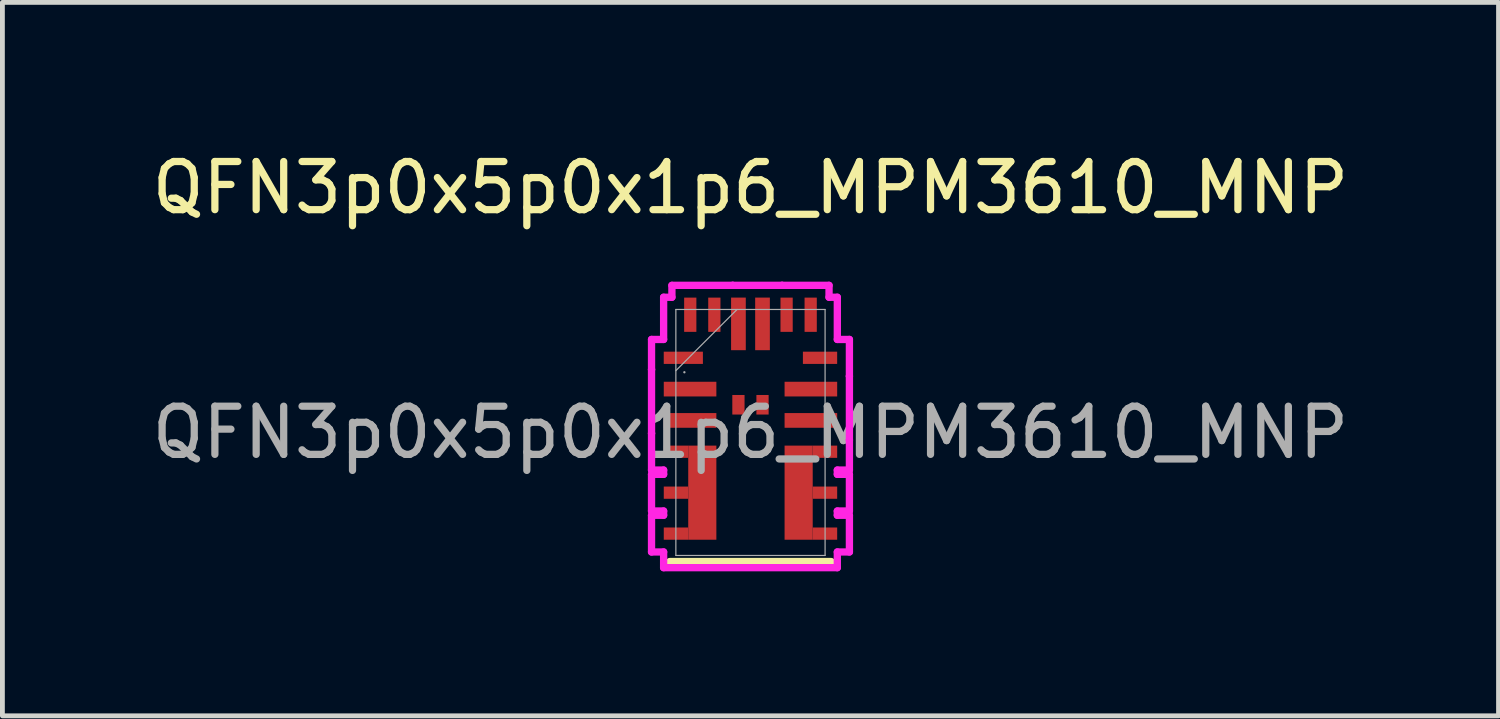
<source format=kicad_pcb>
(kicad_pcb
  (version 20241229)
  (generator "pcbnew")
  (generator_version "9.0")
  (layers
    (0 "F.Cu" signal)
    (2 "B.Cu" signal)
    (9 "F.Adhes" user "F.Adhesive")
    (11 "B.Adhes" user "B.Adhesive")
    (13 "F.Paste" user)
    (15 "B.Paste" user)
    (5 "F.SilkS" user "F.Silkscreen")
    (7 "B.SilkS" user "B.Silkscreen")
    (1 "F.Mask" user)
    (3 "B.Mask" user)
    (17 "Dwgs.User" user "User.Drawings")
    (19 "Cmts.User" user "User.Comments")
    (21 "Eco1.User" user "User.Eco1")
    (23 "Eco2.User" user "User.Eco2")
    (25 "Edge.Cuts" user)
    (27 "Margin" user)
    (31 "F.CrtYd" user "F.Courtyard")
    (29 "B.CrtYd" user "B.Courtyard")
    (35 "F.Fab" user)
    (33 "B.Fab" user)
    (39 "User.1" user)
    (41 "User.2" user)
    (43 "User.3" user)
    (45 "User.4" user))
  (footprint "QFN3p0x5p0x1p6_MPM3610_MNP"
    (layer "F.Cu")
    (at 12.53 5.928)
    (property "Reference" "QFN3p0x5p0x1p6_MPM3610_MNP" (at 0 -5.08 0) (unlocked yes) (layer "F.SilkS") (effects (font (size 1 1) (thickness 0.15))))
    (attr smd)
    (fp_poly (pts (xy -1.292 0.273) (xy -0.708 0.273) (xy -0.708 2.227) (xy -1.292 2.227)) (stroke (width 0) (type solid)) (fill yes) (layer "F.Cu"))
    (fp_poly (pts (xy 0.708 0.273) (xy 1.292 0.273) (xy 1.292 2.227) (xy 0.708 2.227)) (stroke (width 0) (type solid)) (fill yes) (layer "F.Cu"))
    (fp_poly (pts (xy -1.292 0.273) (xy -0.708 0.273) (xy -0.708 2.227) (xy -1.292 2.227)) (stroke (width 0) (type solid)) (fill yes) (layer "F.Mask"))
    (fp_poly (pts (xy 1.292 2.227) (xy 0.708 2.227) (xy 0.708 0.273) (xy 1.292 0.273)) (stroke (width 0) (type solid)) (fill yes) (layer "F.Mask"))
    (fp_line (start 1.676 2.68) (end -1.676 2.68) (stroke (width 0.152) (type solid)) (layer "F.SilkS"))
    (fp_poly (pts (xy -1.292 0.273) (xy -0.708 0.273) (xy -0.708 2.227) (xy -1.292 2.227)) (stroke (width 0) (type solid)) (fill yes) (layer "F.Paste"))
    (fp_poly (pts (xy 1.292 2.227) (xy 0.708 2.227) (xy 0.708 0.273) (xy 1.292 0.273)) (stroke (width 0) (type solid)) (fill yes) (layer "F.Paste"))
    (fp_line (start -2.054 -1.931) (end -2.054 -1.306) (stroke (width 0.152) (type solid)) (layer "F.CrtYd"))
    (fp_line (start -2.054 -1.306) (end -2.054 -1.306) (stroke (width 0.152) (type solid)) (layer "F.CrtYd"))
    (fp_line (start -2.054 -1.306) (end -2.054 0.019) (stroke (width 0.152) (type solid)) (layer "F.CrtYd"))
    (fp_line (start -2.054 0.019) (end -2.054 0.019) (stroke (width 0.152) (type solid)) (layer "F.CrtYd"))
    (fp_line (start -2.054 0.019) (end -2.054 0.781) (stroke (width 0.152) (type solid)) (layer "F.CrtYd"))
    (fp_line (start -2.054 0.781) (end -1.803 0.781) (stroke (width 0.152) (type solid)) (layer "F.CrtYd"))
    (fp_line (start -2.054 0.869) (end -2.054 1.631) (stroke (width 0.152) (type solid)) (layer "F.CrtYd"))
    (fp_line (start -2.054 1.631) (end -1.803 1.631) (stroke (width 0.152) (type solid)) (layer "F.CrtYd"))
    (fp_line (start -2.054 1.719) (end -2.054 2.481) (stroke (width 0.152) (type solid)) (layer "F.CrtYd"))
    (fp_line (start -2.054 2.481) (end -1.803 2.481) (stroke (width 0.152) (type solid)) (layer "F.CrtYd"))
    (fp_line (start -1.803 -2.807) (end -1.803 -1.931) (stroke (width 0.152) (type solid)) (layer "F.CrtYd"))
    (fp_line (start -1.803 -1.931) (end -2.054 -1.931) (stroke (width 0.152) (type solid)) (layer "F.CrtYd"))
    (fp_line (start -1.803 0.781) (end -1.803 0.869) (stroke (width 0.152) (type solid)) (layer "F.CrtYd"))
    (fp_line (start -1.803 0.869) (end -2.054 0.869) (stroke (width 0.152) (type solid)) (layer "F.CrtYd"))
    (fp_line (start -1.803 1.631) (end -1.803 1.719) (stroke (width 0.152) (type solid)) (layer "F.CrtYd"))
    (fp_line (start -1.803 1.719) (end -2.054 1.719) (stroke (width 0.152) (type solid)) (layer "F.CrtYd"))
    (fp_line (start -1.803 2.481) (end -1.803 2.807) (stroke (width 0.152) (type solid)) (layer "F.CrtYd"))
    (fp_line (start -1.803 2.807) (end 1.803 2.807) (stroke (width 0.152) (type solid)) (layer "F.CrtYd"))
    (fp_line (start -1.631 -3.054) (end -1.631 -2.807) (stroke (width 0.152) (type solid)) (layer "F.CrtYd"))
    (fp_line (start -1.631 -2.807) (end -1.803 -2.807) (stroke (width 0.152) (type solid)) (layer "F.CrtYd"))
    (fp_line (start -0.369 -3.054) (end -0.369 -3.054) (stroke (width 0.152) (type solid)) (layer "F.CrtYd"))
    (fp_line (start -0.369 -3.054) (end -1.631 -3.054) (stroke (width 0.152) (type solid)) (layer "F.CrtYd"))
    (fp_line (start 0.656 -3.054) (end -0.369 -3.054) (stroke (width 0.152) (type solid)) (layer "F.CrtYd"))
    (fp_line (start 0.656 -3.054) (end 0.656 -3.054) (stroke (width 0.152) (type solid)) (layer "F.CrtYd"))
    (fp_line (start 1.631 -3.054) (end 0.656 -3.054) (stroke (width 0.152) (type solid)) (layer "F.CrtYd"))
    (fp_line (start 1.631 -2.807) (end 1.631 -3.054) (stroke (width 0.152) (type solid)) (layer "F.CrtYd"))
    (fp_line (start 1.803 -2.807) (end 1.631 -2.807) (stroke (width 0.152) (type solid)) (layer "F.CrtYd"))
    (fp_line (start 1.803 -1.931) (end 1.803 -2.807) (stroke (width 0.152) (type solid)) (layer "F.CrtYd"))
    (fp_line (start 1.803 0.781) (end 2.054 0.781) (stroke (width 0.152) (type solid)) (layer "F.CrtYd"))
    (fp_line (start 1.803 0.869) (end 1.803 0.781) (stroke (width 0.152) (type solid)) (layer "F.CrtYd"))
    (fp_line (start 1.803 1.631) (end 2.054 1.631) (stroke (width 0.152) (type solid)) (layer "F.CrtYd"))
    (fp_line (start 1.803 1.719) (end 1.803 1.631) (stroke (width 0.152) (type solid)) (layer "F.CrtYd"))
    (fp_line (start 1.803 2.481) (end 2.054 2.481) (stroke (width 0.152) (type solid)) (layer "F.CrtYd"))
    (fp_line (start 1.803 2.807) (end 1.803 2.481) (stroke (width 0.152) (type solid)) (layer "F.CrtYd"))
    (fp_line (start 2.054 -1.931) (end 1.803 -1.931) (stroke (width 0.152) (type solid)) (layer "F.CrtYd"))
    (fp_line (start 2.054 -1.169) (end 2.054 -1.931) (stroke (width 0.152) (type solid)) (layer "F.CrtYd"))
    (fp_line (start 2.054 0.156) (end 2.054 0.156) (stroke (width 0.152) (type solid)) (layer "F.CrtYd"))
    (fp_line (start 2.054 0.781) (end 2.054 0.156) (stroke (width 0.152) (type solid)) (layer "F.CrtYd"))
    (fp_line (start 2.054 0.869) (end 1.803 0.869) (stroke (width 0.152) (type solid)) (layer "F.CrtYd"))
    (fp_line (start 2.054 1.631) (end 2.054 0.869) (stroke (width 0.152) (type solid)) (layer "F.CrtYd"))
    (fp_line (start 2.054 1.719) (end 1.803 1.719) (stroke (width 0.152) (type solid)) (layer "F.CrtYd"))
    (fp_line (start 2.054 2.481) (end 2.054 1.719) (stroke (width 0.152) (type solid)) (layer "F.CrtYd"))
    (fp_line (start 2.054 -1.169) (end 2.054 -1.169) (stroke (width 0.152) (type solid)) (layer "F.CrtYd"))
    (fp_line (start 2.054 0.156) (end 2.054 -1.169) (stroke (width 0.152) (type solid)) (layer "F.CrtYd"))
    (fp_line (start -1.549 -2.553) (end -1.549 2.553) (stroke (width 0.025) (type solid)) (layer "F.Fab"))
    (fp_line (start -1.549 -1.283) (end -0.279 -2.553) (stroke (width 0.025) (type solid)) (layer "F.Fab"))
    (fp_line (start -1.549 2.553) (end 1.549 2.553) (stroke (width 0.025) (type solid)) (layer "F.Fab"))
    (fp_line (start 1.549 -2.553) (end -1.549 -2.553) (stroke (width 0.025) (type solid)) (layer "F.Fab"))
    (fp_line (start 1.549 2.553) (end 1.549 -2.553) (stroke (width 0.025) (type solid)) (layer "F.Fab"))
    (fp_circle (center -1.372 -1.25) (end -1.372 -1.25) (stroke (width 0.025) (type solid)) (fill no) (layer "F.Fab"))
    (fp_text user "${REFERENCE}" (at 0 0 0) (unlocked yes) (layer "F.Fab") (effects (font (size 1 1) (thickness 0.15))))
    (pad "1" smd rect (at -1.394 -1.55) (size 0.813 0.254) (layers "F.Cu" "F.Mask" "F.Paste"))
    (pad "2" smd rect (at -1.254 -0.9) (size 1.092 0.305) (layers "F.Cu" "F.Mask" "F.Paste"))
    (pad "3" smd rect (at -1.254 -0.25) (size 1.092 0.305) (layers "F.Cu" "F.Mask" "F.Paste"))
    (pad "4" smd rect (at -1.546 0.4) (size 0.508 0.254) (layers "F.Cu" "F.Mask" "F.Paste"))
    (pad "5" smd rect (at -1.546 1.25) (size 0.508 0.254) (layers "F.Cu" "F.Mask" "F.Paste"))
    (pad "6" smd rect (at -1.546 2.1) (size 0.508 0.254) (layers "F.Cu" "F.Mask" "F.Paste"))
    (pad "7" smd rect (at 1.546 2.1) (size 0.508 0.254) (layers "F.Cu" "F.Mask" "F.Paste"))
    (pad "8" smd rect (at 1.546 1.25) (size 0.508 0.254) (layers "F.Cu" "F.Mask" "F.Paste"))
    (pad "9" smd rect (at 1.546 0.4) (size 0.508 0.254) (layers "F.Cu" "F.Mask" "F.Paste"))
    (pad "10" smd rect (at 1.254 -0.25) (size 1.092 0.305) (layers "F.Cu" "F.Mask" "F.Paste"))
    (pad "11" smd rect (at 1.254 -0.9) (size 1.092 0.305) (layers "F.Cu" "F.Mask" "F.Paste"))
    (pad "12" smd rect (at 1.444 -1.55) (size 0.711 0.254) (layers "F.Cu" "F.Mask" "F.Paste"))
    (pad "13" smd rect (at 1.25 -2.444 90) (size 0.711 0.254) (layers "F.Cu" "F.Mask" "F.Paste"))
    (pad "14" smd rect (at 0.75 -2.444 90) (size 0.711 0.254) (layers "F.Cu" "F.Mask" "F.Paste"))
    (pad "15" smd rect (at 0.25 -2.254 90) (size 1.092 0.305) (layers "F.Cu" "F.Mask" "F.Paste"))
    (pad "16" smd rect (at -0.25 -2.254 90) (size 1.092 0.305) (layers "F.Cu" "F.Mask" "F.Paste"))
    (pad "17" smd rect (at -0.75 -2.444 90) (size 0.711 0.254) (layers "F.Cu" "F.Mask" "F.Paste"))
    (pad "18" smd rect (at -1.25 -2.444 90) (size 0.711 0.254) (layers "F.Cu" "F.Mask" "F.Paste"))
    (pad "19" smd rect (at -0.25 -0.575) (size 0.254 0.406) (layers "F.Cu" "F.Mask" "F.Paste"))
    (pad "20" smd rect (at 0.25 -0.575) (size 0.254 0.406) (layers "F.Cu" "F.Mask" "F.Paste"))
    (zone (net_name "") (layer "F.Cu") (hatch full 0.508) (connect_pads) (min_thickness 0.254) (filled_areas_thickness no) (keepout (tracks not_allowed) (vias not_allowed) (pads allowed) (copperpour not_allowed) (footprints allowed)) (placement (enabled no)) (fill) (polygon (pts (xy 13.105 4.958) (xy 11.955 4.958) (xy 11.955 5.748) (xy 13.105 5.748)))))
  (gr_rect
    (start -3 -3)
    (end 28.06 11.811)
    (stroke (width 0.1) (type default))
    (fill no)
    (layer "Edge.Cuts")))
</source>
